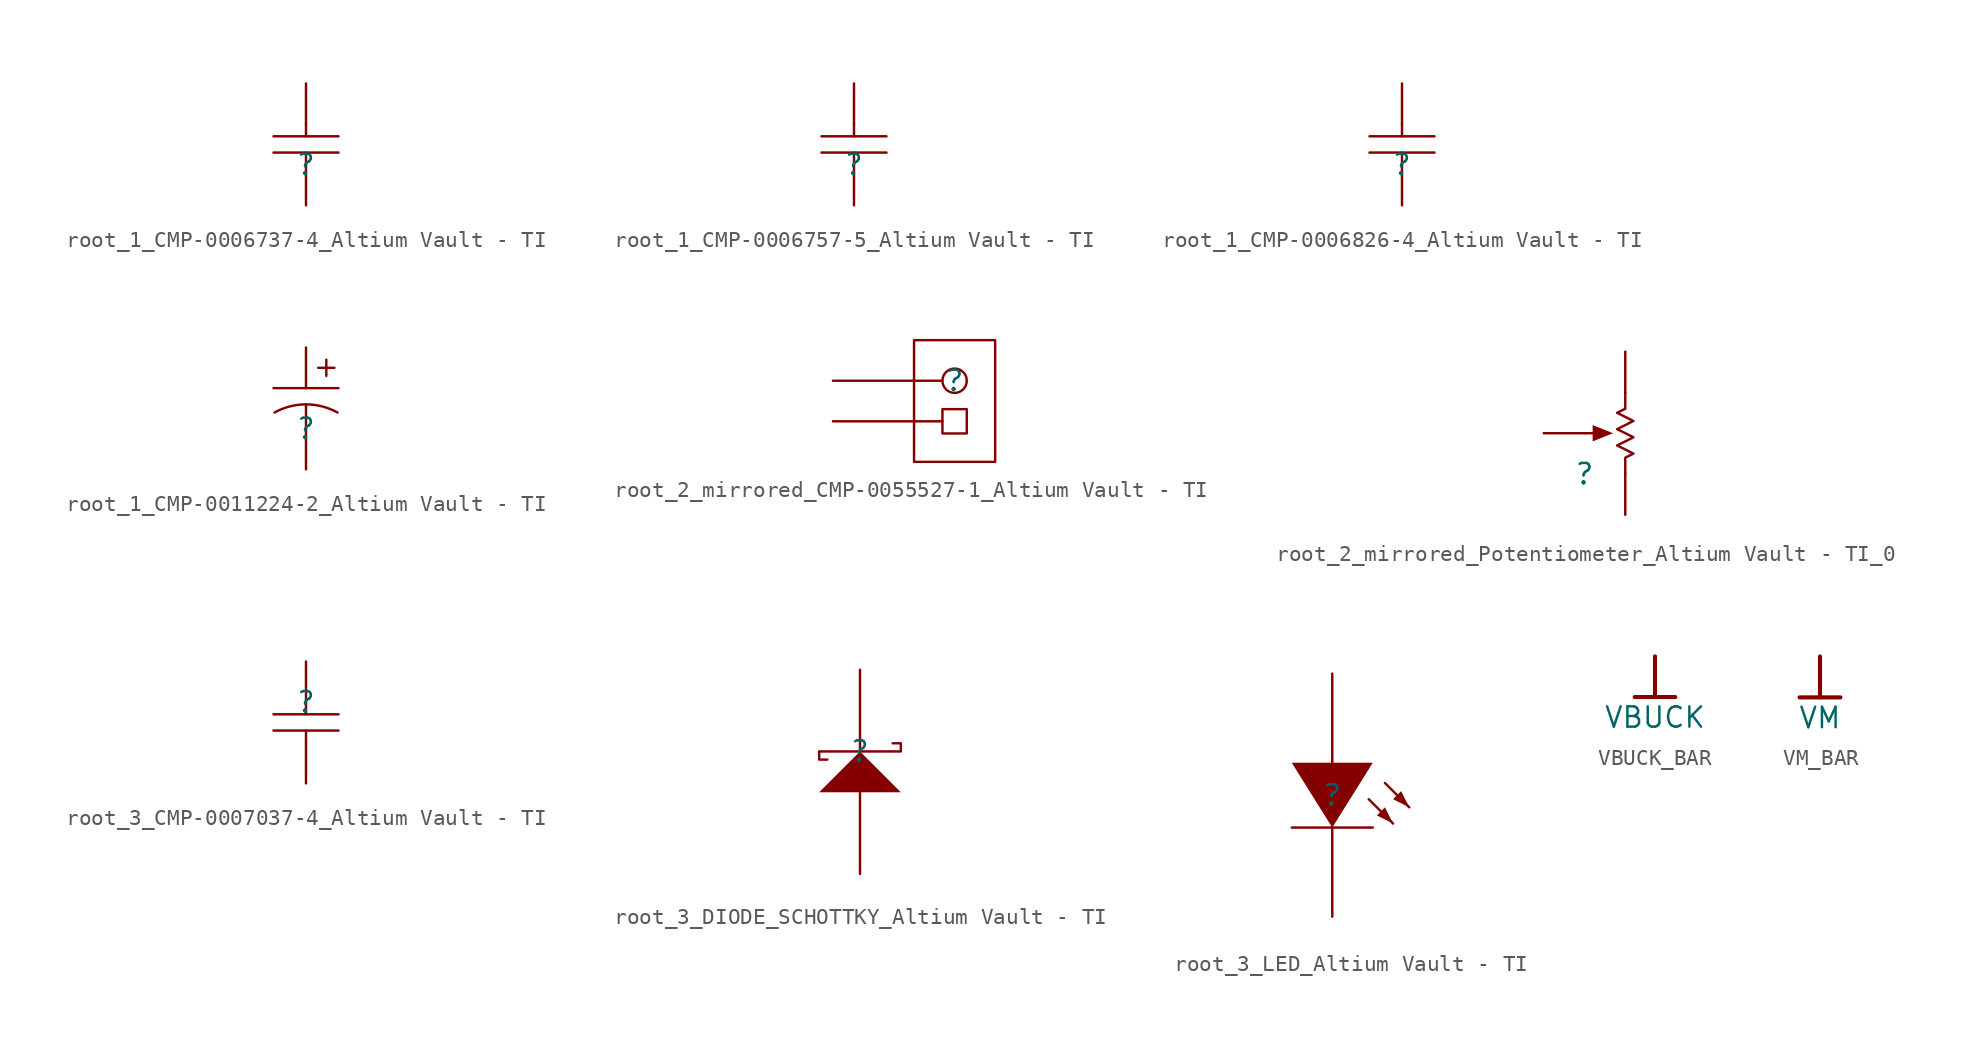
<source format=kicad_sym>
(kicad_symbol_lib
  (version 20241209)
  (generator "kicad_symbol_editor")
  (generator_version "9.0")
  (symbol "root_1_CMP-0006737-4_Altium Vault - TI"
    (pin_numbers
      (hide yes))
    (pin_names
      (hide yes))
    (property "Reference" ""
      (at 0 0 0)
      (effects (font (size 1.27 1.27))))
    (property "Value" ""
      (at 0 0 0)
      (effects (font (size 1.27 1.27))))
    (symbol "root_1_CMP-0006737-4_Altium Vault - TI_1_0"
      (polyline (pts (xy -2.032 1.778) (xy 2.032 1.778)) (stroke (width 0) (type solid)) (fill (type none)))
      (polyline (pts (xy -2.032 0.762) (xy 2.032 0.762)) (stroke (width 0) (type solid)) (fill (type none)))
      (polyline (pts (xy 0 2.54) (xy 0 1.778)) (stroke (width 0) (type solid)) (fill (type none)))
      (polyline (pts (xy 0 0) (xy 0 0.762)) (stroke (width 0) (type solid)) (fill (type none)))
      (pin passive line (at 0 5.08 270) (length 2.54) (name "1" (effects (font (size 1.27 1.27)))) (number "1" (effects (font (size 1.27 1.27)))))
      (pin passive line (at 0 -2.54 90) (length 2.54) (name "2" (effects (font (size 1.27 1.27)))) (number "2" (effects (font (size 1.27 1.27)))))))
  (symbol "root_1_CMP-0006757-5_Altium Vault - TI"
    (pin_numbers
      (hide yes))
    (pin_names
      (hide yes))
    (property "Reference" ""
      (at 0 0 0)
      (effects (font (size 1.27 1.27))))
    (property "Value" ""
      (at 0 0 0)
      (effects (font (size 1.27 1.27))))
    (symbol "root_1_CMP-0006757-5_Altium Vault - TI_1_0"
      (polyline (pts (xy -2.032 1.778) (xy 2.032 1.778)) (stroke (width 0) (type solid)) (fill (type none)))
      (polyline (pts (xy -2.032 0.762) (xy 2.032 0.762)) (stroke (width 0) (type solid)) (fill (type none)))
      (polyline (pts (xy 0 2.54) (xy 0 1.778)) (stroke (width 0) (type solid)) (fill (type none)))
      (polyline (pts (xy 0 0) (xy 0 0.762)) (stroke (width 0) (type solid)) (fill (type none)))
      (pin passive line (at 0 5.08 270) (length 2.54) (name "1" (effects (font (size 1.27 1.27)))) (number "1" (effects (font (size 1.27 1.27)))))
      (pin passive line (at 0 -2.54 90) (length 2.54) (name "2" (effects (font (size 1.27 1.27)))) (number "2" (effects (font (size 1.27 1.27)))))))
  (symbol "root_1_CMP-0006826-4_Altium Vault - TI"
    (pin_numbers
      (hide yes))
    (pin_names
      (hide yes))
    (property "Reference" ""
      (at 0 0 0)
      (effects (font (size 1.27 1.27))))
    (property "Value" ""
      (at 0 0 0)
      (effects (font (size 1.27 1.27))))
    (symbol "root_1_CMP-0006826-4_Altium Vault - TI_1_0"
      (polyline (pts (xy -2.032 1.778) (xy 2.032 1.778)) (stroke (width 0) (type solid)) (fill (type none)))
      (polyline (pts (xy -2.032 0.762) (xy 2.032 0.762)) (stroke (width 0) (type solid)) (fill (type none)))
      (polyline (pts (xy 0 2.54) (xy 0 1.778)) (stroke (width 0) (type solid)) (fill (type none)))
      (polyline (pts (xy 0 0) (xy 0 0.762)) (stroke (width 0) (type solid)) (fill (type none)))
      (pin passive line (at 0 5.08 270) (length 2.54) (name "1" (effects (font (size 1.27 1.27)))) (number "1" (effects (font (size 1.27 1.27)))))
      (pin passive line (at 0 -2.54 90) (length 2.54) (name "2" (effects (font (size 1.27 1.27)))) (number "2" (effects (font (size 1.27 1.27)))))))
  (symbol "root_1_CMP-0011224-2_Altium Vault - TI"
    (pin_numbers
      (hide yes))
    (pin_names
      (hide yes))
    (property "Reference" ""
      (at 0 0 0)
      (effects (font (size 1.27 1.27))))
    (property "Value" ""
      (at 0 0 0)
      (effects (font (size 1.27 1.27))))
    (symbol "root_1_CMP-0011224-2_Altium Vault - TI_1_0"
      (polyline (pts (xy -2.032 2.54) (xy 2.032 2.54)) (stroke (width 0) (type solid)) (fill (type none)))
      (polyline (pts (xy 0 1.524) (xy 0 0)) (stroke (width 0) (type solid)) (fill (type none)))
      (arc (start -1.9703 1.0145) (mid -1.0176 1.3946) (end 0 1.524) (stroke (width 0) (type solid)) (fill (type none)))
      (arc (start 0 1.524) (mid 1.0175 1.3946) (end 1.9703 1.0145) (stroke (width 0) (type solid)) (fill (type none)))
      (polyline (pts (xy 0.762 3.81) (xy 1.778 3.81)) (stroke (width 0) (type solid)) (fill (type none)))
      (polyline (pts (xy 1.27 3.302) (xy 1.27 4.318)) (stroke (width 0) (type solid)) (fill (type none)))
      (pin passive line (at 0 5.08 270) (length 2.54) (name "+" (effects (font (size 1.27 1.27)))) (number "1" (effects (font (size 1.27 1.27)))))
      (pin passive line (at 0 -2.54 90) (length 2.54) (name "-" (effects (font (size 1.27 1.27)))) (number "2" (effects (font (size 1.27 1.27)))))))
  (symbol "root_2_mirrored_CMP-0055527-1_Altium Vault - TI"
    (pin_numbers
      (hide yes))
    (pin_names
      (hide yes))
    (property "Reference" ""
      (at 0 0 0)
      (effects (font (size 1.27 1.27))))
    (property "Value" ""
      (at 0 0 0)
      (effects (font (size 1.27 1.27))))
    (symbol "root_2_mirrored_CMP-0055527-1_Altium Vault - TI_1_0"
      (polyline (pts (xy -2.54 0) (xy -0.762 0)) (stroke (width 0) (type solid)) (fill (type none)))
      (polyline (pts (xy -2.54 -2.54) (xy -0.762 -2.54)) (stroke (width 0) (type solid)) (fill (type none)))
      (circle (center 0 0) (radius 0.762) (stroke (width 0) (type solid)) (fill (type color) (color 255 255 255 1)))
      (rectangle (start 0.762 -1.778) (end -0.762 -3.302) (stroke (width 0) (type solid)) (fill (type color) (color 255 255 255 1)))
      (rectangle (start 2.54 2.54) (end -2.54 -5.08) (stroke (width 0) (type solid)) (fill (type color) (color 255 255 255 1)))
      (pin passive line (at -7.62 0 0) (length 5.08) (name "2" (effects (font (size 1.27 1.27)))) (number "2" (effects (font (size 1.27 1.27)))))
      (pin passive line (at -7.62 -2.54 0) (length 5.08) (name "1" (effects (font (size 1.27 1.27)))) (number "1" (effects (font (size 1.27 1.27)))))))
  (symbol "root_2_mirrored_Potentiometer_Altium Vault - TI_0"
    (pin_numbers
      (hide yes))
    (pin_names
      (hide yes))
    (property "Reference" ""
      (at 0 0 0)
      (effects (font (size 1.27 1.27))))
    (property "Value" ""
      (at 0 0 0)
      (effects (font (size 1.27 1.27))))
    (symbol "root_2_mirrored_Potentiometer_Altium Vault - TI_0_1_0"
      (polyline (pts (xy 1.27 2.54) (xy 0 2.54)) (stroke (width 0) (type solid)) (fill (type none)))
      (polyline (pts (xy 1.778 2.54) (xy 0.508 3.048) (xy 0.508 2.032) (xy 1.778 2.54)) (stroke (width -0.0001) (type solid)) (fill (type outline)))
      (polyline (pts (xy 2.54 5.08) (xy 2.54 4.064) (xy 2.032 3.81) (xy 3.048 3.302) (xy 2.032 2.794) (xy 3.048 2.286) (xy 2.032 1.778) (xy 3.048 1.27) (xy 2.54 1.016) (xy 2.54 0)) (stroke (width 0) (type solid)) (fill (type none)))
      (pin passive line (at -2.54 2.54 0) (length 2.54) (name "WIPER" (effects (font (size 1.27 1.27)))) (number "2" (effects (font (size 1.27 1.27)))))
      (pin passive line (at 2.54 7.62 270) (length 2.54) (name "CW" (effects (font (size 1.27 1.27)))) (number "3" (effects (font (size 1.27 1.27)))))
      (pin passive line (at 2.54 -2.54 90) (length 2.54) (name "CCW" (effects (font (size 1.27 1.27)))) (number "1" (effects (font (size 1.27 1.27)))))))
  (symbol "root_3_CMP-0007037-4_Altium Vault - TI"
    (pin_numbers
      (hide yes))
    (pin_names
      (hide yes))
    (property "Reference" ""
      (at 0 0 0)
      (effects (font (size 1.27 1.27))))
    (property "Value" ""
      (at 0 0 0)
      (effects (font (size 1.27 1.27))))
    (symbol "root_3_CMP-0007037-4_Altium Vault - TI_1_0"
      (polyline (pts (xy 0 0) (xy 0 -0.762)) (stroke (width 0) (type solid)) (fill (type none)))
      (polyline (pts (xy 0 -2.54) (xy 0 -1.778)) (stroke (width 0) (type solid)) (fill (type none)))
      (polyline (pts (xy 2.032 -0.762) (xy -2.032 -0.762)) (stroke (width 0) (type solid)) (fill (type none)))
      (polyline (pts (xy 2.032 -1.778) (xy -2.032 -1.778)) (stroke (width 0) (type solid)) (fill (type none)))
      (pin passive line (at 0 2.54 270) (length 2.54) (name "2" (effects (font (size 1.27 1.27)))) (number "2" (effects (font (size 1.27 1.27)))))
      (pin passive line (at 0 -5.08 90) (length 2.54) (name "1" (effects (font (size 1.27 1.27)))) (number "1" (effects (font (size 1.27 1.27)))))))
  (symbol "root_3_DIODE_SCHOTTKY_Altium Vault - TI"
    (pin_numbers
      (hide yes))
    (pin_names
      (hide yes))
    (property "Reference" ""
      (at 0 0 0)
      (effects (font (size 1.27 1.27))))
    (property "Value" ""
      (at 0 0 0)
      (effects (font (size 1.27 1.27))))
    (symbol "root_3_DIODE_SCHOTTKY_Altium Vault - TI_1_0"
      (polyline (pts (xy 2.032 0.508) (xy 2.54 0.508) (xy 2.54 0) (xy -2.54 0) (xy -2.54 -0.508) (xy -2.032 -0.508)) (stroke (width 0) (type solid)) (fill (type none)))
      (polyline (pts (xy 2.54 -2.54) (xy 0 0) (xy -2.54 -2.54) (xy 2.54 -2.54)) (stroke (width -0.0001) (type solid)) (fill (type outline)))
      (pin passive line (at 0 5.08 270) (length 5.08) (name "K" (effects (font (size 1.27 1.27)))) (number "1" (effects (font (size 1.27 1.27)))))
      (pin passive line (at 0 -7.62 90) (length 5.08) (name "A" (effects (font (size 1.27 1.27)))) (number "2" (effects (font (size 1.27 1.27)))))))
  (symbol "root_3_LED_Altium Vault - TI"
    (pin_numbers
      (hide yes))
    (pin_names
      (hide yes))
    (property "Reference" ""
      (at 0 0 0)
      (effects (font (size 1.27 1.27))))
    (property "Value" ""
      (at 0 0 0)
      (effects (font (size 1.27 1.27))))
    (symbol "root_3_LED_Altium Vault - TI_1_0"
      (polyline (pts (xy 2.54 2.032) (xy 0 -2.032) (xy -2.54 2.032) (xy 2.54 2.032)) (stroke (width -0.0001) (type solid)) (fill (type outline)))
      (polyline (pts (xy 2.54 -2.032) (xy -2.54 -2.032)) (stroke (width 0) (type solid)) (fill (type none)))
      (polyline (pts (xy 3.81 -1.778) (xy 2.286 -0.254)) (stroke (width 0) (type solid)) (fill (type none)))
      (polyline (pts (xy 3.81 -1.778) (xy 3.302 -0.762) (xy 2.794 -1.27) (xy 3.81 -1.778)) (stroke (width -0.0001) (type solid)) (fill (type outline)))
      (polyline (pts (xy 4.826 -0.762) (xy 3.302 0.762)) (stroke (width 0) (type solid)) (fill (type none)))
      (polyline (pts (xy 4.826 -0.762) (xy 4.318 0.254) (xy 3.81 -0.254) (xy 4.826 -0.762)) (stroke (width -0.0001) (type solid)) (fill (type outline)))
      (pin passive line (at 0 7.62 270) (length 5.588) (name "A" (effects (font (size 1.27 1.27)))) (number "1" (effects (font (size 1.27 1.27)))))
      (pin passive line (at 0 -7.62 90) (length 5.588) (name "K" (effects (font (size 1.27 1.27)))) (number "2" (effects (font (size 1.27 1.27)))))))
  (symbol "VBUCK_BAR"
    (power)
    (property "Reference" "#PWR"
      (at 0 0 0)
      (effects (font (size 1.27 1.27)) (hide yes)))
    (property "Value" "VBUCK"
      (at 0 -3.81 0)
      (effects (font (size 1.27 1.27))))
    (symbol "VBUCK_BAR_0_0"
      (polyline (pts (xy -1.27 -2.54) (xy 1.27 -2.54)) (stroke (width 0.254) (type solid)) (fill (type none)))
      (polyline (pts (xy 0 0) (xy 0 -2.54)) (stroke (width 0.254) (type solid)) (fill (type none)))
      (pin power_in line (at 0 0 0) (length 0) (hide yes) (name "VBUCK" (effects (font (size 1.27 1.27)))) (number "" (effects (font (size 1.27 1.27)))))))
  (symbol "VM_BAR"
    (power)
    (property "Reference" "#PWR"
      (at 0 0 0)
      (effects (font (size 1.27 1.27)) (hide yes)))
    (property "Value" "VM"
      (at 0 -3.81 0)
      (effects (font (size 1.27 1.27))))
    (symbol "VM_BAR_0_0"
      (polyline (pts (xy -1.27 -2.54) (xy 1.27 -2.54)) (stroke (width 0.254) (type solid)) (fill (type none)))
      (polyline (pts (xy 0 0) (xy 0 -2.54)) (stroke (width 0.254) (type solid)) (fill (type none)))
      (pin power_in line (at 0 0 0) (length 0) (hide yes) (name "VM" (effects (font (size 1.27 1.27)))) (number "" (effects (font (size 1.27 1.27))))))))
</source>
